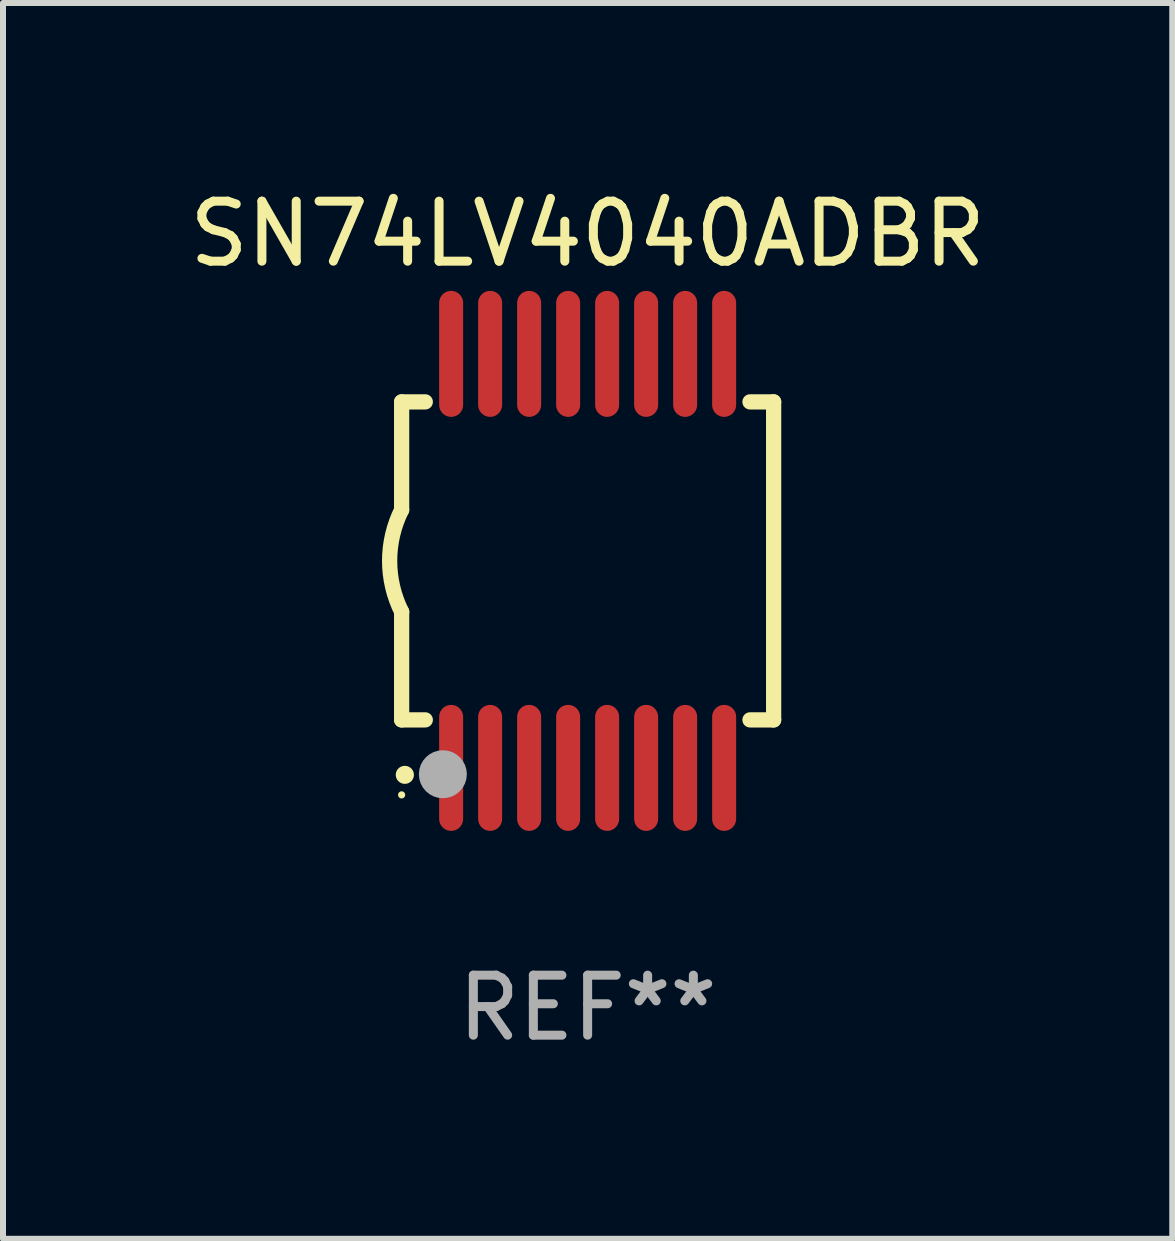
<source format=kicad_pcb>
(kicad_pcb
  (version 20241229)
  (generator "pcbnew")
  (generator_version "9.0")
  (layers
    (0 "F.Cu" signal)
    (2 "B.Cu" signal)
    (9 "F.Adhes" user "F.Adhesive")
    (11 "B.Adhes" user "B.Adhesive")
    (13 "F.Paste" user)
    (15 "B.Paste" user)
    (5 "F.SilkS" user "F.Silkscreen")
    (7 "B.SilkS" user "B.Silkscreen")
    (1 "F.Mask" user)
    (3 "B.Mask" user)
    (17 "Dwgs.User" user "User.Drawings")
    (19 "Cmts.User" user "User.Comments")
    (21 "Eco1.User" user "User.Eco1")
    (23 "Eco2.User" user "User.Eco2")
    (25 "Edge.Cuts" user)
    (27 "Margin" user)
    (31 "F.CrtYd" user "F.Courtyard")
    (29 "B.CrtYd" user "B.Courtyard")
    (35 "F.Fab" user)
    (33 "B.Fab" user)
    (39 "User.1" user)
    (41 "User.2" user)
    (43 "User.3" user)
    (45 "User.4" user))
  (footprint "SN74LV4040ADBR"
    (layer "F.Cu")
    (at 6.744 6.298)
    (property "Reference" "SN74LV4040ADBR" (at 0 -5.45 0) (layer "F.SilkS") (effects (font (size 1 1) (thickness 0.15))))
    (attr through_hole)
    (fp_line (start -3.1 -2.65) (end -3.1 -0.85) (stroke (width 0.254) (type solid)) (layer "F.SilkS"))
    (fp_line (start -3.1 -2.65) (end -2.706 -2.65) (stroke (width 0.254) (type solid)) (layer "F.SilkS"))
    (fp_line (start -3.1 2.65) (end -3.1 0.85) (stroke (width 0.254) (type solid)) (layer "F.SilkS"))
    (fp_line (start -3.1 2.65) (end -2.706 2.65) (stroke (width 0.254) (type solid)) (layer "F.SilkS"))
    (fp_line (start 2.706 -2.65) (end 3.1 -2.65) (stroke (width 0.254) (type solid)) (layer "F.SilkS"))
    (fp_line (start 2.706 2.65) (end 3.1 2.65) (stroke (width 0.254) (type solid)) (layer "F.SilkS"))
    (fp_line (start 3.1 -2.65) (end 3.1 2.65) (stroke (width 0.254) (type solid)) (layer "F.SilkS"))
    (fp_arc (start -3.098907 0.850902) (mid -3.300057 0.000523) (end -3.1 -0.850114) (stroke (width 0.254001) (type solid)) (layer "F.SilkS"))
    (fp_arc (start -3.048006 3.566066) (mid -3.046736 3.566061) (end -3.045466 3.566066) (stroke (width 0.3) (type solid)) (layer "F.SilkS"))
    (fp_circle (center -3.1 3.9) (end -3.07 3.9) (stroke (width 0.06) (type solid)) (fill no) (layer "F.SilkS"))
    (fp_circle (center -2.413 3.556) (end -2.213 3.556) (stroke (width 0.4) (type solid)) (fill no) (layer "F.Fab"))
    (fp_text user "REF**" (at 0 7.45 0) (layer "F.Fab") (effects (font (size 1 1) (thickness 0.15))))
    (pad "1" smd oval (at -2.275 3.45 180) (size 0.4 2.1) (layers "F.Cu" "F.Mask" "F.Paste"))
    (pad "2" smd oval (at -1.625 3.45 180) (size 0.4 2.1) (layers "F.Cu" "F.Mask" "F.Paste"))
    (pad "3" smd oval (at -0.975 3.45 180) (size 0.4 2.1) (layers "F.Cu" "F.Mask" "F.Paste"))
    (pad "4" smd oval (at -0.325 3.45 180) (size 0.4 2.1) (layers "F.Cu" "F.Mask" "F.Paste"))
    (pad "5" smd oval (at 0.325 3.45 180) (size 0.4 2.1) (layers "F.Cu" "F.Mask" "F.Paste"))
    (pad "6" smd oval (at 0.975 3.45 180) (size 0.4 2.1) (layers "F.Cu" "F.Mask" "F.Paste"))
    (pad "7" smd oval (at 1.625 3.45 180) (size 0.4 2.1) (layers "F.Cu" "F.Mask" "F.Paste"))
    (pad "8" smd oval (at 2.275 3.45 180) (size 0.4 2.1) (layers "F.Cu" "F.Mask" "F.Paste"))
    (pad "9" smd oval (at 2.275 -3.45 180) (size 0.4 2.1) (layers "F.Cu" "F.Mask" "F.Paste"))
    (pad "10" smd oval (at 1.625 -3.45 180) (size 0.4 2.1) (layers "F.Cu" "F.Mask" "F.Paste"))
    (pad "11" smd oval (at 0.975 -3.45 180) (size 0.4 2.1) (layers "F.Cu" "F.Mask" "F.Paste"))
    (pad "12" smd oval (at 0.325 -3.45 180) (size 0.4 2.1) (layers "F.Cu" "F.Mask" "F.Paste"))
    (pad "13" smd oval (at -0.325 -3.45 180) (size 0.4 2.1) (layers "F.Cu" "F.Mask" "F.Paste"))
    (pad "14" smd oval (at -0.975 -3.45 180) (size 0.4 2.1) (layers "F.Cu" "F.Mask" "F.Paste"))
    (pad "15" smd oval (at -1.625 -3.45 180) (size 0.4 2.1) (layers "F.Cu" "F.Mask" "F.Paste"))
    (pad "16" smd oval (at -2.275 -3.45 180) (size 0.4 2.1) (layers "F.Cu" "F.Mask" "F.Paste")))
  (gr_rect
    (start -3 -3)
    (end 16.488 17.597)
    (stroke (width 0.1) (type default))
    (fill no)
    (layer "Edge.Cuts")))
</source>
